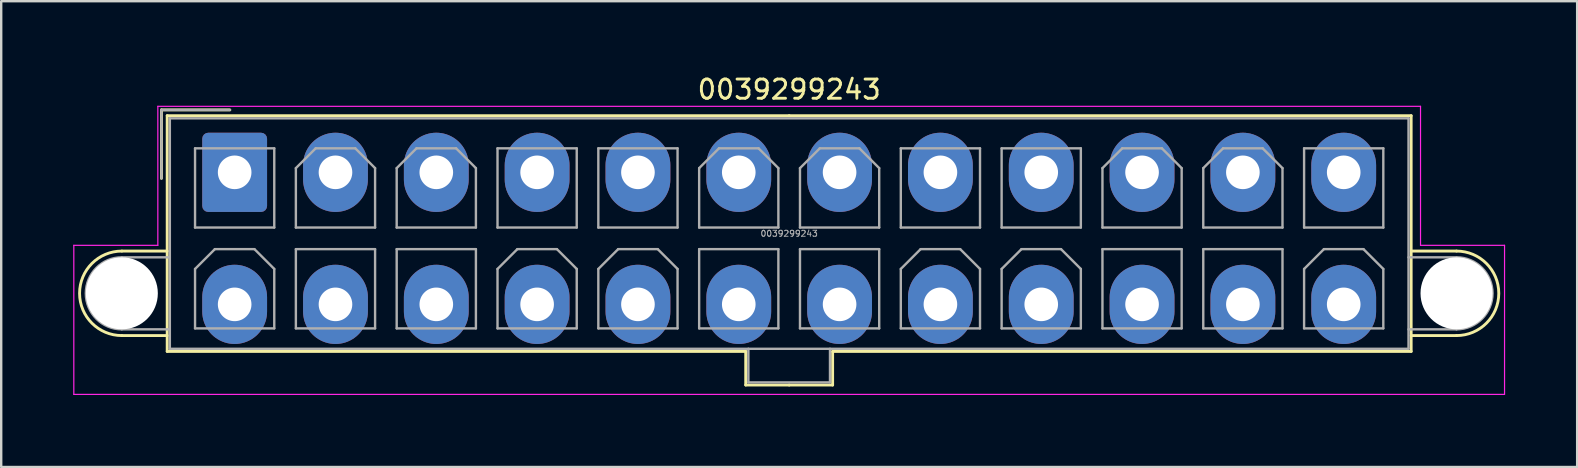
<source format=kicad_pcb>
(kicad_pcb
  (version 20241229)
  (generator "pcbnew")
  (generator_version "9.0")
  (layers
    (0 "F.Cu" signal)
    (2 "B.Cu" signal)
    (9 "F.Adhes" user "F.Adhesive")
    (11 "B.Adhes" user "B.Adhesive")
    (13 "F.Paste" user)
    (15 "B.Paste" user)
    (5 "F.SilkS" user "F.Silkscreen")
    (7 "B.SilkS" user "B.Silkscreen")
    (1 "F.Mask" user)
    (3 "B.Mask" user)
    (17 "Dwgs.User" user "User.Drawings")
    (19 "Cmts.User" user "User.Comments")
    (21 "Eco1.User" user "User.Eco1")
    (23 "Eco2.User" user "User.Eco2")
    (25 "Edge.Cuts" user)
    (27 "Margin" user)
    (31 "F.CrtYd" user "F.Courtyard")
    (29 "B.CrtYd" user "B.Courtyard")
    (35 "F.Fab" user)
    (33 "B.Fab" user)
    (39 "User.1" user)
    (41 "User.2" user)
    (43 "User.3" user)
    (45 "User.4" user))
  (footprint "0039299243"
    (layer "F.Cu")
    (at 29.825 6.879)
    (property "Reference" "0039299243" (at 0 -6.2 0) (layer "F.SilkS") (effects (font (size 0.8 0.8) (thickness 0.12))))
    (attr through_hole)
    (fp_line (start -27.8 0.53) (end -25.91 0.53) (stroke (width 0.12) (type solid)) (layer "F.SilkS"))
    (fp_line (start -27.8 4.05) (end -25.91 4.05) (stroke (width 0.12) (type solid)) (layer "F.SilkS"))
    (fp_line (start -26.15 -5.35) (end -26.15 -2.5) (stroke (width 0.12) (type solid)) (layer "F.SilkS"))
    (fp_line (start -25.91 -5.11) (end -25.91 4.71) (stroke (width 0.12) (type solid)) (layer "F.SilkS"))
    (fp_line (start -25.91 4.71) (end -1.81 4.71) (stroke (width 0.12) (type solid)) (layer "F.SilkS"))
    (fp_line (start -23.3 -5.35) (end -26.15 -5.35) (stroke (width 0.12) (type solid)) (layer "F.SilkS"))
    (fp_line (start -1.81 4.71) (end -1.81 6.11) (stroke (width 0.12) (type solid)) (layer "F.SilkS"))
    (fp_line (start -1.81 6.11) (end 0 6.11) (stroke (width 0.12) (type solid)) (layer "F.SilkS"))
    (fp_line (start 0 -5.11) (end -25.91 -5.11) (stroke (width 0.12) (type solid)) (layer "F.SilkS"))
    (fp_line (start 0 -5.11) (end 25.91 -5.11) (stroke (width 0.12) (type solid)) (layer "F.SilkS"))
    (fp_line (start 1.81 4.71) (end 1.81 6.11) (stroke (width 0.12) (type solid)) (layer "F.SilkS"))
    (fp_line (start 1.81 6.11) (end 0 6.11) (stroke (width 0.12) (type solid)) (layer "F.SilkS"))
    (fp_line (start 25.91 -5.11) (end 25.91 4.71) (stroke (width 0.12) (type solid)) (layer "F.SilkS"))
    (fp_line (start 25.91 4.71) (end 1.81 4.71) (stroke (width 0.12) (type solid)) (layer "F.SilkS"))
    (fp_line (start 27.8 0.53) (end 25.91 0.53) (stroke (width 0.12) (type solid)) (layer "F.SilkS"))
    (fp_line (start 27.8 4.05) (end 25.91 4.05) (stroke (width 0.12) (type solid)) (layer "F.SilkS"))
    (fp_arc (start -27.8 4.05) (mid -29.56 2.29) (end -27.8 0.53) (stroke (width 0.12) (type solid)) (layer "F.SilkS"))
    (fp_arc (start 27.8 0.53) (mid 29.56 2.29) (end 27.8 4.05) (stroke (width 0.12) (type solid)) (layer "F.SilkS"))
    (fp_line (start -29.8 0.29) (end -29.8 6.5) (stroke (width 0.05) (type solid)) (layer "F.CrtYd"))
    (fp_line (start -29.8 6.5) (end 29.8 6.5) (stroke (width 0.05) (type solid)) (layer "F.CrtYd"))
    (fp_line (start -26.3 -5.5) (end -26.3 0.29) (stroke (width 0.05) (type solid)) (layer "F.CrtYd"))
    (fp_line (start -26.3 0.29) (end -29.8 0.29) (stroke (width 0.05) (type solid)) (layer "F.CrtYd"))
    (fp_line (start 26.3 -5.5) (end -26.3 -5.5) (stroke (width 0.05) (type solid)) (layer "F.CrtYd"))
    (fp_line (start 26.3 0.29) (end 26.3 -5.5) (stroke (width 0.05) (type solid)) (layer "F.CrtYd"))
    (fp_line (start 29.8 0.29) (end 26.3 0.29) (stroke (width 0.05) (type solid)) (layer "F.CrtYd"))
    (fp_line (start 29.8 6.5) (end 29.8 0.29) (stroke (width 0.05) (type solid)) (layer "F.CrtYd"))
    (fp_line (start -27.8 0.79) (end -25.8 0.79) (stroke (width 0.1) (type solid)) (layer "F.Fab"))
    (fp_line (start -27.8 3.79) (end -25.8 3.79) (stroke (width 0.1) (type solid)) (layer "F.Fab"))
    (fp_line (start -26.15 -5.35) (end -26.15 -2.5) (stroke (width 0.1) (type solid)) (layer "F.Fab"))
    (fp_line (start -25.8 -5) (end -25.8 4.6) (stroke (width 0.1) (type solid)) (layer "F.Fab"))
    (fp_line (start -25.8 4.6) (end 25.8 4.6) (stroke (width 0.1) (type solid)) (layer "F.Fab"))
    (fp_line (start -24.75 -3.75) (end -24.75 -0.45) (stroke (width 0.1) (type solid)) (layer "F.Fab"))
    (fp_line (start -24.75 -0.45) (end -21.45 -0.45) (stroke (width 0.1) (type solid)) (layer "F.Fab"))
    (fp_line (start -24.75 1.275) (end -23.925 0.45) (stroke (width 0.1) (type solid)) (layer "F.Fab"))
    (fp_line (start -24.75 3.75) (end -24.75 1.275) (stroke (width 0.1) (type solid)) (layer "F.Fab"))
    (fp_line (start -23.925 0.45) (end -22.275 0.45) (stroke (width 0.1) (type solid)) (layer "F.Fab"))
    (fp_line (start -23.3 -5.35) (end -26.15 -5.35) (stroke (width 0.1) (type solid)) (layer "F.Fab"))
    (fp_line (start -22.275 0.45) (end -21.45 1.275) (stroke (width 0.1) (type solid)) (layer "F.Fab"))
    (fp_line (start -21.45 -3.75) (end -24.75 -3.75) (stroke (width 0.1) (type solid)) (layer "F.Fab"))
    (fp_line (start -21.45 -0.45) (end -21.45 -3.75) (stroke (width 0.1) (type solid)) (layer "F.Fab"))
    (fp_line (start -21.45 1.275) (end -21.45 3.75) (stroke (width 0.1) (type solid)) (layer "F.Fab"))
    (fp_line (start -21.45 3.75) (end -24.75 3.75) (stroke (width 0.1) (type solid)) (layer "F.Fab"))
    (fp_line (start -20.55 -2.925) (end -19.725 -3.75) (stroke (width 0.1) (type solid)) (layer "F.Fab"))
    (fp_line (start -20.55 -0.45) (end -20.55 -2.925) (stroke (width 0.1) (type solid)) (layer "F.Fab"))
    (fp_line (start -20.55 0.45) (end -20.55 3.75) (stroke (width 0.1) (type solid)) (layer "F.Fab"))
    (fp_line (start -20.55 3.75) (end -17.25 3.75) (stroke (width 0.1) (type solid)) (layer "F.Fab"))
    (fp_line (start -19.725 -3.75) (end -18.075 -3.75) (stroke (width 0.1) (type solid)) (layer "F.Fab"))
    (fp_line (start -18.075 -3.75) (end -17.25 -2.925) (stroke (width 0.1) (type solid)) (layer "F.Fab"))
    (fp_line (start -17.25 -2.925) (end -17.25 -0.45) (stroke (width 0.1) (type solid)) (layer "F.Fab"))
    (fp_line (start -17.25 -0.45) (end -20.55 -0.45) (stroke (width 0.1) (type solid)) (layer "F.Fab"))
    (fp_line (start -17.25 0.45) (end -20.55 0.45) (stroke (width 0.1) (type solid)) (layer "F.Fab"))
    (fp_line (start -17.25 3.75) (end -17.25 0.45) (stroke (width 0.1) (type solid)) (layer "F.Fab"))
    (fp_line (start -16.35 -2.925) (end -15.525 -3.75) (stroke (width 0.1) (type solid)) (layer "F.Fab"))
    (fp_line (start -16.35 -0.45) (end -16.35 -2.925) (stroke (width 0.1) (type solid)) (layer "F.Fab"))
    (fp_line (start -16.35 0.45) (end -16.35 3.75) (stroke (width 0.1) (type solid)) (layer "F.Fab"))
    (fp_line (start -16.35 3.75) (end -13.05 3.75) (stroke (width 0.1) (type solid)) (layer "F.Fab"))
    (fp_line (start -15.525 -3.75) (end -13.875 -3.75) (stroke (width 0.1) (type solid)) (layer "F.Fab"))
    (fp_line (start -13.875 -3.75) (end -13.05 -2.925) (stroke (width 0.1) (type solid)) (layer "F.Fab"))
    (fp_line (start -13.05 -2.925) (end -13.05 -0.45) (stroke (width 0.1) (type solid)) (layer "F.Fab"))
    (fp_line (start -13.05 -0.45) (end -16.35 -0.45) (stroke (width 0.1) (type solid)) (layer "F.Fab"))
    (fp_line (start -13.05 0.45) (end -16.35 0.45) (stroke (width 0.1) (type solid)) (layer "F.Fab"))
    (fp_line (start -13.05 3.75) (end -13.05 0.45) (stroke (width 0.1) (type solid)) (layer "F.Fab"))
    (fp_line (start -12.15 -3.75) (end -12.15 -0.45) (stroke (width 0.1) (type solid)) (layer "F.Fab"))
    (fp_line (start -12.15 -0.45) (end -8.85 -0.45) (stroke (width 0.1) (type solid)) (layer "F.Fab"))
    (fp_line (start -12.15 1.275) (end -11.325 0.45) (stroke (width 0.1) (type solid)) (layer "F.Fab"))
    (fp_line (start -12.15 3.75) (end -12.15 1.275) (stroke (width 0.1) (type solid)) (layer "F.Fab"))
    (fp_line (start -11.325 0.45) (end -9.675 0.45) (stroke (width 0.1) (type solid)) (layer "F.Fab"))
    (fp_line (start -9.675 0.45) (end -8.85 1.275) (stroke (width 0.1) (type solid)) (layer "F.Fab"))
    (fp_line (start -8.85 -3.75) (end -12.15 -3.75) (stroke (width 0.1) (type solid)) (layer "F.Fab"))
    (fp_line (start -8.85 -0.45) (end -8.85 -3.75) (stroke (width 0.1) (type solid)) (layer "F.Fab"))
    (fp_line (start -8.85 1.275) (end -8.85 3.75) (stroke (width 0.1) (type solid)) (layer "F.Fab"))
    (fp_line (start -8.85 3.75) (end -12.15 3.75) (stroke (width 0.1) (type solid)) (layer "F.Fab"))
    (fp_line (start -7.95 -3.75) (end -7.95 -0.45) (stroke (width 0.1) (type solid)) (layer "F.Fab"))
    (fp_line (start -7.95 -0.45) (end -4.65 -0.45) (stroke (width 0.1) (type solid)) (layer "F.Fab"))
    (fp_line (start -7.95 1.275) (end -7.125 0.45) (stroke (width 0.1) (type solid)) (layer "F.Fab"))
    (fp_line (start -7.95 3.75) (end -7.95 1.275) (stroke (width 0.1) (type solid)) (layer "F.Fab"))
    (fp_line (start -7.125 0.45) (end -5.475 0.45) (stroke (width 0.1) (type solid)) (layer "F.Fab"))
    (fp_line (start -5.475 0.45) (end -4.65 1.275) (stroke (width 0.1) (type solid)) (layer "F.Fab"))
    (fp_line (start -4.65 -3.75) (end -7.95 -3.75) (stroke (width 0.1) (type solid)) (layer "F.Fab"))
    (fp_line (start -4.65 -0.45) (end -4.65 -3.75) (stroke (width 0.1) (type solid)) (layer "F.Fab"))
    (fp_line (start -4.65 1.275) (end -4.65 3.75) (stroke (width 0.1) (type solid)) (layer "F.Fab"))
    (fp_line (start -4.65 3.75) (end -7.95 3.75) (stroke (width 0.1) (type solid)) (layer "F.Fab"))
    (fp_line (start -3.75 -2.925) (end -2.925 -3.75) (stroke (width 0.1) (type solid)) (layer "F.Fab"))
    (fp_line (start -3.75 -0.45) (end -3.75 -2.925) (stroke (width 0.1) (type solid)) (layer "F.Fab"))
    (fp_line (start -3.75 0.45) (end -3.75 3.75) (stroke (width 0.1) (type solid)) (layer "F.Fab"))
    (fp_line (start -3.75 3.75) (end -0.45 3.75) (stroke (width 0.1) (type solid)) (layer "F.Fab"))
    (fp_line (start -2.925 -3.75) (end -1.275 -3.75) (stroke (width 0.1) (type solid)) (layer "F.Fab"))
    (fp_line (start -1.7 4.6) (end -1.7 6) (stroke (width 0.1) (type solid)) (layer "F.Fab"))
    (fp_line (start -1.7 6) (end 1.7 6) (stroke (width 0.1) (type solid)) (layer "F.Fab"))
    (fp_line (start -1.275 -3.75) (end -0.45 -2.925) (stroke (width 0.1) (type solid)) (layer "F.Fab"))
    (fp_line (start -0.45 -2.925) (end -0.45 -0.45) (stroke (width 0.1) (type solid)) (layer "F.Fab"))
    (fp_line (start -0.45 -0.45) (end -3.75 -0.45) (stroke (width 0.1) (type solid)) (layer "F.Fab"))
    (fp_line (start -0.45 0.45) (end -3.75 0.45) (stroke (width 0.1) (type solid)) (layer "F.Fab"))
    (fp_line (start -0.45 3.75) (end -0.45 0.45) (stroke (width 0.1) (type solid)) (layer "F.Fab"))
    (fp_line (start 0.45 -2.925) (end 1.275 -3.75) (stroke (width 0.1) (type solid)) (layer "F.Fab"))
    (fp_line (start 0.45 -0.45) (end 0.45 -2.925) (stroke (width 0.1) (type solid)) (layer "F.Fab"))
    (fp_line (start 0.45 0.45) (end 0.45 3.75) (stroke (width 0.1) (type solid)) (layer "F.Fab"))
    (fp_line (start 0.45 3.75) (end 3.75 3.75) (stroke (width 0.1) (type solid)) (layer "F.Fab"))
    (fp_line (start 1.275 -3.75) (end 2.925 -3.75) (stroke (width 0.1) (type solid)) (layer "F.Fab"))
    (fp_line (start 1.7 6) (end 1.7 4.6) (stroke (width 0.1) (type solid)) (layer "F.Fab"))
    (fp_line (start 2.925 -3.75) (end 3.75 -2.925) (stroke (width 0.1) (type solid)) (layer "F.Fab"))
    (fp_line (start 3.75 -2.925) (end 3.75 -0.45) (stroke (width 0.1) (type solid)) (layer "F.Fab"))
    (fp_line (start 3.75 -0.45) (end 0.45 -0.45) (stroke (width 0.1) (type solid)) (layer "F.Fab"))
    (fp_line (start 3.75 0.45) (end 0.45 0.45) (stroke (width 0.1) (type solid)) (layer "F.Fab"))
    (fp_line (start 3.75 3.75) (end 3.75 0.45) (stroke (width 0.1) (type solid)) (layer "F.Fab"))
    (fp_line (start 4.65 -3.75) (end 4.65 -0.45) (stroke (width 0.1) (type solid)) (layer "F.Fab"))
    (fp_line (start 4.65 -0.45) (end 7.95 -0.45) (stroke (width 0.1) (type solid)) (layer "F.Fab"))
    (fp_line (start 4.65 1.275) (end 5.475 0.45) (stroke (width 0.1) (type solid)) (layer "F.Fab"))
    (fp_line (start 4.65 3.75) (end 4.65 1.275) (stroke (width 0.1) (type solid)) (layer "F.Fab"))
    (fp_line (start 5.475 0.45) (end 7.125 0.45) (stroke (width 0.1) (type solid)) (layer "F.Fab"))
    (fp_line (start 7.125 0.45) (end 7.95 1.275) (stroke (width 0.1) (type solid)) (layer "F.Fab"))
    (fp_line (start 7.95 -3.75) (end 4.65 -3.75) (stroke (width 0.1) (type solid)) (layer "F.Fab"))
    (fp_line (start 7.95 -0.45) (end 7.95 -3.75) (stroke (width 0.1) (type solid)) (layer "F.Fab"))
    (fp_line (start 7.95 1.275) (end 7.95 3.75) (stroke (width 0.1) (type solid)) (layer "F.Fab"))
    (fp_line (start 7.95 3.75) (end 4.65 3.75) (stroke (width 0.1) (type solid)) (layer "F.Fab"))
    (fp_line (start 8.85 -3.75) (end 8.85 -0.45) (stroke (width 0.1) (type solid)) (layer "F.Fab"))
    (fp_line (start 8.85 -0.45) (end 12.15 -0.45) (stroke (width 0.1) (type solid)) (layer "F.Fab"))
    (fp_line (start 8.85 1.275) (end 9.675 0.45) (stroke (width 0.1) (type solid)) (layer "F.Fab"))
    (fp_line (start 8.85 3.75) (end 8.85 1.275) (stroke (width 0.1) (type solid)) (layer "F.Fab"))
    (fp_line (start 9.675 0.45) (end 11.325 0.45) (stroke (width 0.1) (type solid)) (layer "F.Fab"))
    (fp_line (start 11.325 0.45) (end 12.15 1.275) (stroke (width 0.1) (type solid)) (layer "F.Fab"))
    (fp_line (start 12.15 -3.75) (end 8.85 -3.75) (stroke (width 0.1) (type solid)) (layer "F.Fab"))
    (fp_line (start 12.15 -0.45) (end 12.15 -3.75) (stroke (width 0.1) (type solid)) (layer "F.Fab"))
    (fp_line (start 12.15 1.275) (end 12.15 3.75) (stroke (width 0.1) (type solid)) (layer "F.Fab"))
    (fp_line (start 12.15 3.75) (end 8.85 3.75) (stroke (width 0.1) (type solid)) (layer "F.Fab"))
    (fp_line (start 13.05 -2.925) (end 13.875 -3.75) (stroke (width 0.1) (type solid)) (layer "F.Fab"))
    (fp_line (start 13.05 -0.45) (end 13.05 -2.925) (stroke (width 0.1) (type solid)) (layer "F.Fab"))
    (fp_line (start 13.05 0.45) (end 13.05 3.75) (stroke (width 0.1) (type solid)) (layer "F.Fab"))
    (fp_line (start 13.05 3.75) (end 16.35 3.75) (stroke (width 0.1) (type solid)) (layer "F.Fab"))
    (fp_line (start 13.875 -3.75) (end 15.525 -3.75) (stroke (width 0.1) (type solid)) (layer "F.Fab"))
    (fp_line (start 15.525 -3.75) (end 16.35 -2.925) (stroke (width 0.1) (type solid)) (layer "F.Fab"))
    (fp_line (start 16.35 -2.925) (end 16.35 -0.45) (stroke (width 0.1) (type solid)) (layer "F.Fab"))
    (fp_line (start 16.35 -0.45) (end 13.05 -0.45) (stroke (width 0.1) (type solid)) (layer "F.Fab"))
    (fp_line (start 16.35 0.45) (end 13.05 0.45) (stroke (width 0.1) (type solid)) (layer "F.Fab"))
    (fp_line (start 16.35 3.75) (end 16.35 0.45) (stroke (width 0.1) (type solid)) (layer "F.Fab"))
    (fp_line (start 17.25 -2.925) (end 18.075 -3.75) (stroke (width 0.1) (type solid)) (layer "F.Fab"))
    (fp_line (start 17.25 -0.45) (end 17.25 -2.925) (stroke (width 0.1) (type solid)) (layer "F.Fab"))
    (fp_line (start 17.25 0.45) (end 17.25 3.75) (stroke (width 0.1) (type solid)) (layer "F.Fab"))
    (fp_line (start 17.25 3.75) (end 20.55 3.75) (stroke (width 0.1) (type solid)) (layer "F.Fab"))
    (fp_line (start 18.075 -3.75) (end 19.725 -3.75) (stroke (width 0.1) (type solid)) (layer "F.Fab"))
    (fp_line (start 19.725 -3.75) (end 20.55 -2.925) (stroke (width 0.1) (type solid)) (layer "F.Fab"))
    (fp_line (start 20.55 -2.925) (end 20.55 -0.45) (stroke (width 0.1) (type solid)) (layer "F.Fab"))
    (fp_line (start 20.55 -0.45) (end 17.25 -0.45) (stroke (width 0.1) (type solid)) (layer "F.Fab"))
    (fp_line (start 20.55 0.45) (end 17.25 0.45) (stroke (width 0.1) (type solid)) (layer "F.Fab"))
    (fp_line (start 20.55 3.75) (end 20.55 0.45) (stroke (width 0.1) (type solid)) (layer "F.Fab"))
    (fp_line (start 21.45 -3.75) (end 21.45 -0.45) (stroke (width 0.1) (type solid)) (layer "F.Fab"))
    (fp_line (start 21.45 -0.45) (end 24.75 -0.45) (stroke (width 0.1) (type solid)) (layer "F.Fab"))
    (fp_line (start 21.45 1.275) (end 22.275 0.45) (stroke (width 0.1) (type solid)) (layer "F.Fab"))
    (fp_line (start 21.45 3.75) (end 21.45 1.275) (stroke (width 0.1) (type solid)) (layer "F.Fab"))
    (fp_line (start 22.275 0.45) (end 23.925 0.45) (stroke (width 0.1) (type solid)) (layer "F.Fab"))
    (fp_line (start 23.925 0.45) (end 24.75 1.275) (stroke (width 0.1) (type solid)) (layer "F.Fab"))
    (fp_line (start 24.75 -3.75) (end 21.45 -3.75) (stroke (width 0.1) (type solid)) (layer "F.Fab"))
    (fp_line (start 24.75 -0.45) (end 24.75 -3.75) (stroke (width 0.1) (type solid)) (layer "F.Fab"))
    (fp_line (start 24.75 1.275) (end 24.75 3.75) (stroke (width 0.1) (type solid)) (layer "F.Fab"))
    (fp_line (start 24.75 3.75) (end 21.45 3.75) (stroke (width 0.1) (type solid)) (layer "F.Fab"))
    (fp_line (start 25.8 -5) (end -25.8 -5) (stroke (width 0.1) (type solid)) (layer "F.Fab"))
    (fp_line (start 25.8 4.6) (end 25.8 -5) (stroke (width 0.1) (type solid)) (layer "F.Fab"))
    (fp_line (start 27.8 0.79) (end 25.8 0.79) (stroke (width 0.1) (type solid)) (layer "F.Fab"))
    (fp_line (start 27.8 3.79) (end 25.8 3.79) (stroke (width 0.1) (type solid)) (layer "F.Fab"))
    (fp_arc (start -27.8 3.79) (mid -29.3 2.29) (end -27.8 0.79) (stroke (width 0.1) (type solid)) (layer "F.Fab"))
    (fp_arc (start 27.8 0.79) (mid 29.3 2.29) (end 27.8 3.79) (stroke (width 0.1) (type solid)) (layer "F.Fab"))
    (fp_text user "${REFERENCE}" (at 0 -0.2 0) (layer "F.Fab") (effects (font (size 0.25 0.25) (thickness 0.04))))
    (pad "" np_thru_hole circle (at -27.8 2.29) (size 3 3) (drill 3) (layers "*.Cu" "*.Mask"))
    (pad "" np_thru_hole circle (at 27.8 2.29) (size 3 3) (drill 3) (layers "*.Cu" "*.Mask"))
    (pad "1" thru_hole roundrect (at -23.1 -2.75) (size 2.7 3.3) (drill 1.4) (layers "*.Cu" "*.Mask") (roundrect_rratio 0.093))
    (pad "2" thru_hole oval (at -18.9 -2.75) (size 2.7 3.3) (drill 1.4) (layers "*.Cu" "*.Mask"))
    (pad "3" thru_hole oval (at -14.7 -2.75) (size 2.7 3.3) (drill 1.4) (layers "*.Cu" "*.Mask"))
    (pad "4" thru_hole oval (at -10.5 -2.75) (size 2.7 3.3) (drill 1.4) (layers "*.Cu" "*.Mask"))
    (pad "5" thru_hole oval (at -6.3 -2.75) (size 2.7 3.3) (drill 1.4) (layers "*.Cu" "*.Mask"))
    (pad "6" thru_hole oval (at -2.1 -2.75) (size 2.7 3.3) (drill 1.4) (layers "*.Cu" "*.Mask"))
    (pad "7" thru_hole oval (at 2.1 -2.75) (size 2.7 3.3) (drill 1.4) (layers "*.Cu" "*.Mask"))
    (pad "8" thru_hole oval (at 6.3 -2.75) (size 2.7 3.3) (drill 1.4) (layers "*.Cu" "*.Mask"))
    (pad "9" thru_hole oval (at 10.5 -2.75) (size 2.7 3.3) (drill 1.4) (layers "*.Cu" "*.Mask"))
    (pad "10" thru_hole oval (at 14.7 -2.75) (size 2.7 3.3) (drill 1.4) (layers "*.Cu" "*.Mask"))
    (pad "11" thru_hole oval (at 18.9 -2.75) (size 2.7 3.3) (drill 1.4) (layers "*.Cu" "*.Mask"))
    (pad "12" thru_hole oval (at 23.1 -2.75) (size 2.7 3.3) (drill 1.4) (layers "*.Cu" "*.Mask"))
    (pad "13" thru_hole oval (at -23.1 2.75) (size 2.7 3.3) (drill 1.4) (layers "*.Cu" "*.Mask"))
    (pad "14" thru_hole oval (at -18.9 2.75) (size 2.7 3.3) (drill 1.4) (layers "*.Cu" "*.Mask"))
    (pad "15" thru_hole oval (at -14.7 2.75) (size 2.7 3.3) (drill 1.4) (layers "*.Cu" "*.Mask"))
    (pad "16" thru_hole oval (at -10.5 2.75) (size 2.7 3.3) (drill 1.4) (layers "*.Cu" "*.Mask"))
    (pad "17" thru_hole oval (at -6.3 2.75) (size 2.7 3.3) (drill 1.4) (layers "*.Cu" "*.Mask"))
    (pad "18" thru_hole oval (at -2.1 2.75) (size 2.7 3.3) (drill 1.4) (layers "*.Cu" "*.Mask"))
    (pad "19" thru_hole oval (at 2.1 2.75) (size 2.7 3.3) (drill 1.4) (layers "*.Cu" "*.Mask"))
    (pad "20" thru_hole oval (at 6.3 2.75) (size 2.7 3.3) (drill 1.4) (layers "*.Cu" "*.Mask"))
    (pad "21" thru_hole oval (at 10.5 2.75) (size 2.7 3.3) (drill 1.4) (layers "*.Cu" "*.Mask"))
    (pad "22" thru_hole oval (at 14.7 2.75) (size 2.7 3.3) (drill 1.4) (layers "*.Cu" "*.Mask"))
    (pad "23" thru_hole oval (at 18.9 2.75) (size 2.7 3.3) (drill 1.4) (layers "*.Cu" "*.Mask"))
    (pad "24" thru_hole oval (at 23.1 2.75) (size 2.7 3.3) (drill 1.4) (layers "*.Cu" "*.Mask")))
  (gr_rect
    (start -3 -3)
    (end 62.65 16.404)
    (stroke (width 0.1) (type default))
    (fill no)
    (layer "Edge.Cuts")))
</source>
